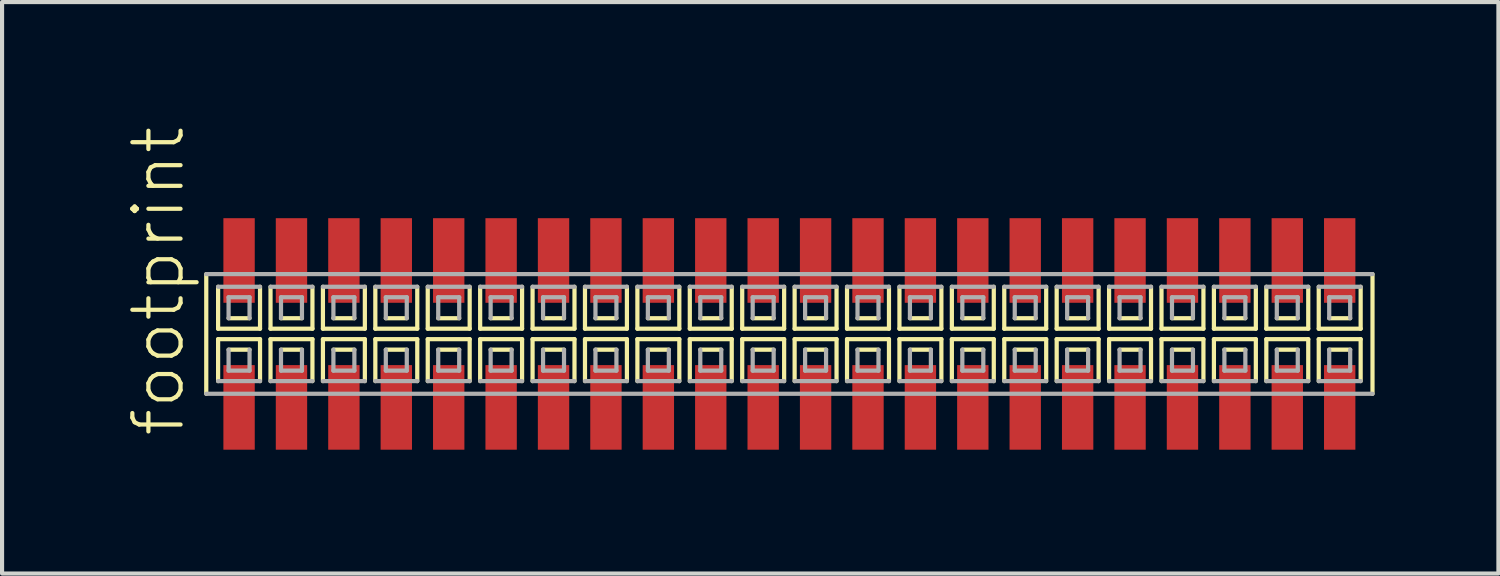
<source format=kicad_pcb>
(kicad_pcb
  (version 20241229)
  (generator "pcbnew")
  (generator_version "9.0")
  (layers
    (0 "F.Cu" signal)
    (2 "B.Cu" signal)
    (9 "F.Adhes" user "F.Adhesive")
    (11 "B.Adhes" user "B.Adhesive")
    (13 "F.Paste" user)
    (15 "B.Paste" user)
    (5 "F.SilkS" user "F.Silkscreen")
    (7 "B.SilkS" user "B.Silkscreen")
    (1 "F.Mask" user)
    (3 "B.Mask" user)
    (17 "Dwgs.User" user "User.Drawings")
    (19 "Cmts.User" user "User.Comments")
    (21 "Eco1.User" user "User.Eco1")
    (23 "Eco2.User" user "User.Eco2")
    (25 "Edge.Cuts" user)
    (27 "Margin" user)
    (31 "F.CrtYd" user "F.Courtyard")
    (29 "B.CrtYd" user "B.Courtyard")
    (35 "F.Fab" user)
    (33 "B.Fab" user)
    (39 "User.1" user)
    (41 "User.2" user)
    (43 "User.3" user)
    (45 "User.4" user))
  (footprint "footprint"
    (layer "F.Cu")
    (at 16.078 5.042)
    (property "Reference" "footprint" (at -14.605 2.54 90) (layer "F.SilkS") (effects (font (size 1.168 1.168) (thickness 0.102)) (justify left bottom)))
    (fp_line (start -14.13 -1.45) (end -14.13 1.45) (stroke (width 0.102) (type solid)) (layer "F.SilkS"))
    (fp_line (start -13.843 -1.143) (end -13.843 -0.127) (stroke (width 0.102) (type solid)) (layer "F.SilkS"))
    (fp_line (start -13.843 -0.127) (end -12.827 -0.127) (stroke (width 0.102) (type solid)) (layer "F.SilkS"))
    (fp_line (start -13.843 0.127) (end -13.843 1.143) (stroke (width 0.102) (type solid)) (layer "F.SilkS"))
    (fp_line (start -13.589 -0.381) (end -13.081 -0.381) (stroke (width 0.102) (type solid)) (layer "F.SilkS"))
    (fp_line (start -13.081 0.381) (end -13.589 0.381) (stroke (width 0.102) (type solid)) (layer "F.SilkS"))
    (fp_line (start -12.827 -0.127) (end -12.827 -1.143) (stroke (width 0.102) (type solid)) (layer "F.SilkS"))
    (fp_line (start -12.827 0.127) (end -13.843 0.127) (stroke (width 0.102) (type solid)) (layer "F.SilkS"))
    (fp_line (start -12.827 1.143) (end -12.827 0.127) (stroke (width 0.102) (type solid)) (layer "F.SilkS"))
    (fp_line (start -12.573 -1.143) (end -12.573 -0.127) (stroke (width 0.102) (type solid)) (layer "F.SilkS"))
    (fp_line (start -12.573 -0.127) (end -11.557 -0.127) (stroke (width 0.102) (type solid)) (layer "F.SilkS"))
    (fp_line (start -12.573 0.127) (end -12.573 1.143) (stroke (width 0.102) (type solid)) (layer "F.SilkS"))
    (fp_line (start -12.319 -0.381) (end -11.811 -0.381) (stroke (width 0.102) (type solid)) (layer "F.SilkS"))
    (fp_line (start -11.811 0.381) (end -12.319 0.381) (stroke (width 0.102) (type solid)) (layer "F.SilkS"))
    (fp_line (start -11.557 -0.127) (end -11.557 -1.143) (stroke (width 0.102) (type solid)) (layer "F.SilkS"))
    (fp_line (start -11.557 0.127) (end -12.573 0.127) (stroke (width 0.102) (type solid)) (layer "F.SilkS"))
    (fp_line (start -11.557 1.143) (end -11.557 0.127) (stroke (width 0.102) (type solid)) (layer "F.SilkS"))
    (fp_line (start -11.303 -1.143) (end -11.303 -0.127) (stroke (width 0.102) (type solid)) (layer "F.SilkS"))
    (fp_line (start -11.303 -0.127) (end -10.287 -0.127) (stroke (width 0.102) (type solid)) (layer "F.SilkS"))
    (fp_line (start -11.303 0.127) (end -11.303 1.143) (stroke (width 0.102) (type solid)) (layer "F.SilkS"))
    (fp_line (start -11.049 -0.381) (end -10.541 -0.381) (stroke (width 0.102) (type solid)) (layer "F.SilkS"))
    (fp_line (start -10.541 0.381) (end -11.049 0.381) (stroke (width 0.102) (type solid)) (layer "F.SilkS"))
    (fp_line (start -10.287 -0.127) (end -10.287 -1.143) (stroke (width 0.102) (type solid)) (layer "F.SilkS"))
    (fp_line (start -10.287 0.127) (end -11.303 0.127) (stroke (width 0.102) (type solid)) (layer "F.SilkS"))
    (fp_line (start -10.287 1.143) (end -10.287 0.127) (stroke (width 0.102) (type solid)) (layer "F.SilkS"))
    (fp_line (start -10.033 -1.143) (end -10.033 -0.127) (stroke (width 0.102) (type solid)) (layer "F.SilkS"))
    (fp_line (start -10.033 -0.127) (end -9.017 -0.127) (stroke (width 0.102) (type solid)) (layer "F.SilkS"))
    (fp_line (start -10.033 0.127) (end -10.033 1.143) (stroke (width 0.102) (type solid)) (layer "F.SilkS"))
    (fp_line (start -9.779 -0.381) (end -9.271 -0.381) (stroke (width 0.102) (type solid)) (layer "F.SilkS"))
    (fp_line (start -9.271 0.381) (end -9.779 0.381) (stroke (width 0.102) (type solid)) (layer "F.SilkS"))
    (fp_line (start -9.017 -0.127) (end -9.017 -1.143) (stroke (width 0.102) (type solid)) (layer "F.SilkS"))
    (fp_line (start -9.017 0.127) (end -10.033 0.127) (stroke (width 0.102) (type solid)) (layer "F.SilkS"))
    (fp_line (start -9.017 1.143) (end -9.017 0.127) (stroke (width 0.102) (type solid)) (layer "F.SilkS"))
    (fp_line (start -8.763 -1.143) (end -8.763 -0.127) (stroke (width 0.102) (type solid)) (layer "F.SilkS"))
    (fp_line (start -8.763 -0.127) (end -7.747 -0.127) (stroke (width 0.102) (type solid)) (layer "F.SilkS"))
    (fp_line (start -8.763 0.127) (end -8.763 1.143) (stroke (width 0.102) (type solid)) (layer "F.SilkS"))
    (fp_line (start -8.509 -0.381) (end -8.001 -0.381) (stroke (width 0.102) (type solid)) (layer "F.SilkS"))
    (fp_line (start -8.001 0.381) (end -8.509 0.381) (stroke (width 0.102) (type solid)) (layer "F.SilkS"))
    (fp_line (start -7.747 -0.127) (end -7.747 -1.143) (stroke (width 0.102) (type solid)) (layer "F.SilkS"))
    (fp_line (start -7.747 0.127) (end -8.763 0.127) (stroke (width 0.102) (type solid)) (layer "F.SilkS"))
    (fp_line (start -7.747 1.143) (end -7.747 0.127) (stroke (width 0.102) (type solid)) (layer "F.SilkS"))
    (fp_line (start -7.493 -1.143) (end -7.493 -0.127) (stroke (width 0.102) (type solid)) (layer "F.SilkS"))
    (fp_line (start -7.493 -0.127) (end -6.477 -0.127) (stroke (width 0.102) (type solid)) (layer "F.SilkS"))
    (fp_line (start -7.493 0.127) (end -7.493 1.143) (stroke (width 0.102) (type solid)) (layer "F.SilkS"))
    (fp_line (start -7.239 -0.381) (end -6.731 -0.381) (stroke (width 0.102) (type solid)) (layer "F.SilkS"))
    (fp_line (start -6.731 0.381) (end -7.239 0.381) (stroke (width 0.102) (type solid)) (layer "F.SilkS"))
    (fp_line (start -6.477 -0.127) (end -6.477 -1.143) (stroke (width 0.102) (type solid)) (layer "F.SilkS"))
    (fp_line (start -6.477 0.127) (end -7.493 0.127) (stroke (width 0.102) (type solid)) (layer "F.SilkS"))
    (fp_line (start -6.477 1.143) (end -6.477 0.127) (stroke (width 0.102) (type solid)) (layer "F.SilkS"))
    (fp_line (start -6.223 -1.143) (end -6.223 -0.127) (stroke (width 0.102) (type solid)) (layer "F.SilkS"))
    (fp_line (start -6.223 -0.127) (end -5.207 -0.127) (stroke (width 0.102) (type solid)) (layer "F.SilkS"))
    (fp_line (start -6.223 0.127) (end -6.223 1.143) (stroke (width 0.102) (type solid)) (layer "F.SilkS"))
    (fp_line (start -5.969 -0.381) (end -5.461 -0.381) (stroke (width 0.102) (type solid)) (layer "F.SilkS"))
    (fp_line (start -5.461 0.381) (end -5.969 0.381) (stroke (width 0.102) (type solid)) (layer "F.SilkS"))
    (fp_line (start -5.207 -0.127) (end -5.207 -1.143) (stroke (width 0.102) (type solid)) (layer "F.SilkS"))
    (fp_line (start -5.207 0.127) (end -6.223 0.127) (stroke (width 0.102) (type solid)) (layer "F.SilkS"))
    (fp_line (start -5.207 1.143) (end -5.207 0.127) (stroke (width 0.102) (type solid)) (layer "F.SilkS"))
    (fp_line (start -4.953 -1.143) (end -4.953 -0.127) (stroke (width 0.102) (type solid)) (layer "F.SilkS"))
    (fp_line (start -4.953 -0.127) (end -3.937 -0.127) (stroke (width 0.102) (type solid)) (layer "F.SilkS"))
    (fp_line (start -4.953 0.127) (end -4.953 1.143) (stroke (width 0.102) (type solid)) (layer "F.SilkS"))
    (fp_line (start -4.699 -0.381) (end -4.191 -0.381) (stroke (width 0.102) (type solid)) (layer "F.SilkS"))
    (fp_line (start -4.191 0.381) (end -4.699 0.381) (stroke (width 0.102) (type solid)) (layer "F.SilkS"))
    (fp_line (start -3.937 -0.127) (end -3.937 -1.143) (stroke (width 0.102) (type solid)) (layer "F.SilkS"))
    (fp_line (start -3.937 0.127) (end -4.953 0.127) (stroke (width 0.102) (type solid)) (layer "F.SilkS"))
    (fp_line (start -3.937 1.143) (end -3.937 0.127) (stroke (width 0.102) (type solid)) (layer "F.SilkS"))
    (fp_line (start -3.683 -1.143) (end -3.683 -0.127) (stroke (width 0.102) (type solid)) (layer "F.SilkS"))
    (fp_line (start -3.683 -0.127) (end -2.667 -0.127) (stroke (width 0.102) (type solid)) (layer "F.SilkS"))
    (fp_line (start -3.683 0.127) (end -3.683 1.143) (stroke (width 0.102) (type solid)) (layer "F.SilkS"))
    (fp_line (start -3.429 -0.381) (end -2.921 -0.381) (stroke (width 0.102) (type solid)) (layer "F.SilkS"))
    (fp_line (start -2.921 0.381) (end -3.429 0.381) (stroke (width 0.102) (type solid)) (layer "F.SilkS"))
    (fp_line (start -2.667 -0.127) (end -2.667 -1.143) (stroke (width 0.102) (type solid)) (layer "F.SilkS"))
    (fp_line (start -2.667 0.127) (end -3.683 0.127) (stroke (width 0.102) (type solid)) (layer "F.SilkS"))
    (fp_line (start -2.667 1.143) (end -2.667 0.127) (stroke (width 0.102) (type solid)) (layer "F.SilkS"))
    (fp_line (start -2.413 -1.143) (end -2.413 -0.127) (stroke (width 0.102) (type solid)) (layer "F.SilkS"))
    (fp_line (start -2.413 -0.127) (end -1.397 -0.127) (stroke (width 0.102) (type solid)) (layer "F.SilkS"))
    (fp_line (start -2.413 0.127) (end -2.413 1.143) (stroke (width 0.102) (type solid)) (layer "F.SilkS"))
    (fp_line (start -2.159 -0.381) (end -1.651 -0.381) (stroke (width 0.102) (type solid)) (layer "F.SilkS"))
    (fp_line (start -1.651 0.381) (end -2.159 0.381) (stroke (width 0.102) (type solid)) (layer "F.SilkS"))
    (fp_line (start -1.397 -0.127) (end -1.397 -1.143) (stroke (width 0.102) (type solid)) (layer "F.SilkS"))
    (fp_line (start -1.397 0.127) (end -2.413 0.127) (stroke (width 0.102) (type solid)) (layer "F.SilkS"))
    (fp_line (start -1.397 1.143) (end -1.397 0.127) (stroke (width 0.102) (type solid)) (layer "F.SilkS"))
    (fp_line (start -1.143 -1.143) (end -1.143 -0.127) (stroke (width 0.102) (type solid)) (layer "F.SilkS"))
    (fp_line (start -1.143 -0.127) (end -0.127 -0.127) (stroke (width 0.102) (type solid)) (layer "F.SilkS"))
    (fp_line (start -1.143 0.127) (end -1.143 1.143) (stroke (width 0.102) (type solid)) (layer "F.SilkS"))
    (fp_line (start -0.889 -0.381) (end -0.381 -0.381) (stroke (width 0.102) (type solid)) (layer "F.SilkS"))
    (fp_line (start -0.381 0.381) (end -0.889 0.381) (stroke (width 0.102) (type solid)) (layer "F.SilkS"))
    (fp_line (start -0.127 -0.127) (end -0.127 -1.143) (stroke (width 0.102) (type solid)) (layer "F.SilkS"))
    (fp_line (start -0.127 0.127) (end -1.143 0.127) (stroke (width 0.102) (type solid)) (layer "F.SilkS"))
    (fp_line (start -0.127 1.143) (end -0.127 0.127) (stroke (width 0.102) (type solid)) (layer "F.SilkS"))
    (fp_line (start 0.127 -1.143) (end 0.127 -0.127) (stroke (width 0.102) (type solid)) (layer "F.SilkS"))
    (fp_line (start 0.127 -0.127) (end 1.143 -0.127) (stroke (width 0.102) (type solid)) (layer "F.SilkS"))
    (fp_line (start 0.127 0.127) (end 0.127 1.143) (stroke (width 0.102) (type solid)) (layer "F.SilkS"))
    (fp_line (start 0.381 -0.381) (end 0.889 -0.381) (stroke (width 0.102) (type solid)) (layer "F.SilkS"))
    (fp_line (start 0.889 0.381) (end 0.381 0.381) (stroke (width 0.102) (type solid)) (layer "F.SilkS"))
    (fp_line (start 1.143 -0.127) (end 1.143 -1.143) (stroke (width 0.102) (type solid)) (layer "F.SilkS"))
    (fp_line (start 1.143 0.127) (end 0.127 0.127) (stroke (width 0.102) (type solid)) (layer "F.SilkS"))
    (fp_line (start 1.143 1.143) (end 1.143 0.127) (stroke (width 0.102) (type solid)) (layer "F.SilkS"))
    (fp_line (start 1.397 -1.143) (end 1.397 -0.127) (stroke (width 0.102) (type solid)) (layer "F.SilkS"))
    (fp_line (start 1.397 -0.127) (end 2.413 -0.127) (stroke (width 0.102) (type solid)) (layer "F.SilkS"))
    (fp_line (start 1.397 0.127) (end 1.397 1.143) (stroke (width 0.102) (type solid)) (layer "F.SilkS"))
    (fp_line (start 1.651 -0.381) (end 2.159 -0.381) (stroke (width 0.102) (type solid)) (layer "F.SilkS"))
    (fp_line (start 2.159 0.381) (end 1.651 0.381) (stroke (width 0.102) (type solid)) (layer "F.SilkS"))
    (fp_line (start 2.413 -0.127) (end 2.413 -1.143) (stroke (width 0.102) (type solid)) (layer "F.SilkS"))
    (fp_line (start 2.413 0.127) (end 1.397 0.127) (stroke (width 0.102) (type solid)) (layer "F.SilkS"))
    (fp_line (start 2.413 1.143) (end 2.413 0.127) (stroke (width 0.102) (type solid)) (layer "F.SilkS"))
    (fp_line (start 2.667 -1.143) (end 2.667 -0.127) (stroke (width 0.102) (type solid)) (layer "F.SilkS"))
    (fp_line (start 2.667 -0.127) (end 3.683 -0.127) (stroke (width 0.102) (type solid)) (layer "F.SilkS"))
    (fp_line (start 2.667 0.127) (end 2.667 1.143) (stroke (width 0.102) (type solid)) (layer "F.SilkS"))
    (fp_line (start 2.921 -0.381) (end 3.429 -0.381) (stroke (width 0.102) (type solid)) (layer "F.SilkS"))
    (fp_line (start 3.429 0.381) (end 2.921 0.381) (stroke (width 0.102) (type solid)) (layer "F.SilkS"))
    (fp_line (start 3.683 -0.127) (end 3.683 -1.143) (stroke (width 0.102) (type solid)) (layer "F.SilkS"))
    (fp_line (start 3.683 0.127) (end 2.667 0.127) (stroke (width 0.102) (type solid)) (layer "F.SilkS"))
    (fp_line (start 3.683 1.143) (end 3.683 0.127) (stroke (width 0.102) (type solid)) (layer "F.SilkS"))
    (fp_line (start 3.937 -1.143) (end 3.937 -0.127) (stroke (width 0.102) (type solid)) (layer "F.SilkS"))
    (fp_line (start 3.937 -0.127) (end 4.953 -0.127) (stroke (width 0.102) (type solid)) (layer "F.SilkS"))
    (fp_line (start 3.937 0.127) (end 3.937 1.143) (stroke (width 0.102) (type solid)) (layer "F.SilkS"))
    (fp_line (start 4.191 -0.381) (end 4.699 -0.381) (stroke (width 0.102) (type solid)) (layer "F.SilkS"))
    (fp_line (start 4.699 0.381) (end 4.191 0.381) (stroke (width 0.102) (type solid)) (layer "F.SilkS"))
    (fp_line (start 4.953 -0.127) (end 4.953 -1.143) (stroke (width 0.102) (type solid)) (layer "F.SilkS"))
    (fp_line (start 4.953 0.127) (end 3.937 0.127) (stroke (width 0.102) (type solid)) (layer "F.SilkS"))
    (fp_line (start 4.953 1.143) (end 4.953 0.127) (stroke (width 0.102) (type solid)) (layer "F.SilkS"))
    (fp_line (start 5.207 -1.143) (end 5.207 -0.127) (stroke (width 0.102) (type solid)) (layer "F.SilkS"))
    (fp_line (start 5.207 -0.127) (end 6.223 -0.127) (stroke (width 0.102) (type solid)) (layer "F.SilkS"))
    (fp_line (start 5.207 0.127) (end 5.207 1.143) (stroke (width 0.102) (type solid)) (layer "F.SilkS"))
    (fp_line (start 5.461 -0.381) (end 5.969 -0.381) (stroke (width 0.102) (type solid)) (layer "F.SilkS"))
    (fp_line (start 5.969 0.381) (end 5.461 0.381) (stroke (width 0.102) (type solid)) (layer "F.SilkS"))
    (fp_line (start 6.223 -0.127) (end 6.223 -1.143) (stroke (width 0.102) (type solid)) (layer "F.SilkS"))
    (fp_line (start 6.223 0.127) (end 5.207 0.127) (stroke (width 0.102) (type solid)) (layer "F.SilkS"))
    (fp_line (start 6.223 1.143) (end 6.223 0.127) (stroke (width 0.102) (type solid)) (layer "F.SilkS"))
    (fp_line (start 6.477 -1.143) (end 6.477 -0.127) (stroke (width 0.102) (type solid)) (layer "F.SilkS"))
    (fp_line (start 6.477 -0.127) (end 7.493 -0.127) (stroke (width 0.102) (type solid)) (layer "F.SilkS"))
    (fp_line (start 6.477 0.127) (end 6.477 1.143) (stroke (width 0.102) (type solid)) (layer "F.SilkS"))
    (fp_line (start 6.731 -0.381) (end 7.239 -0.381) (stroke (width 0.102) (type solid)) (layer "F.SilkS"))
    (fp_line (start 7.239 0.381) (end 6.731 0.381) (stroke (width 0.102) (type solid)) (layer "F.SilkS"))
    (fp_line (start 7.493 -0.127) (end 7.493 -1.143) (stroke (width 0.102) (type solid)) (layer "F.SilkS"))
    (fp_line (start 7.493 0.127) (end 6.477 0.127) (stroke (width 0.102) (type solid)) (layer "F.SilkS"))
    (fp_line (start 7.493 1.143) (end 7.493 0.127) (stroke (width 0.102) (type solid)) (layer "F.SilkS"))
    (fp_line (start 7.747 -1.143) (end 7.747 -0.127) (stroke (width 0.102) (type solid)) (layer "F.SilkS"))
    (fp_line (start 7.747 -0.127) (end 8.763 -0.127) (stroke (width 0.102) (type solid)) (layer "F.SilkS"))
    (fp_line (start 7.747 0.127) (end 7.747 1.143) (stroke (width 0.102) (type solid)) (layer "F.SilkS"))
    (fp_line (start 8.001 -0.381) (end 8.509 -0.381) (stroke (width 0.102) (type solid)) (layer "F.SilkS"))
    (fp_line (start 8.509 0.381) (end 8.001 0.381) (stroke (width 0.102) (type solid)) (layer "F.SilkS"))
    (fp_line (start 8.763 -0.127) (end 8.763 -1.143) (stroke (width 0.102) (type solid)) (layer "F.SilkS"))
    (fp_line (start 8.763 0.127) (end 7.747 0.127) (stroke (width 0.102) (type solid)) (layer "F.SilkS"))
    (fp_line (start 8.763 1.143) (end 8.763 0.127) (stroke (width 0.102) (type solid)) (layer "F.SilkS"))
    (fp_line (start 9.017 -1.143) (end 9.017 -0.127) (stroke (width 0.102) (type solid)) (layer "F.SilkS"))
    (fp_line (start 9.017 -0.127) (end 10.033 -0.127) (stroke (width 0.102) (type solid)) (layer "F.SilkS"))
    (fp_line (start 9.017 0.127) (end 9.017 1.143) (stroke (width 0.102) (type solid)) (layer "F.SilkS"))
    (fp_line (start 9.271 -0.381) (end 9.779 -0.381) (stroke (width 0.102) (type solid)) (layer "F.SilkS"))
    (fp_line (start 9.779 0.381) (end 9.271 0.381) (stroke (width 0.102) (type solid)) (layer "F.SilkS"))
    (fp_line (start 10.033 -0.127) (end 10.033 -1.143) (stroke (width 0.102) (type solid)) (layer "F.SilkS"))
    (fp_line (start 10.033 0.127) (end 9.017 0.127) (stroke (width 0.102) (type solid)) (layer "F.SilkS"))
    (fp_line (start 10.033 1.143) (end 10.033 0.127) (stroke (width 0.102) (type solid)) (layer "F.SilkS"))
    (fp_line (start 10.287 -1.143) (end 10.287 -0.127) (stroke (width 0.102) (type solid)) (layer "F.SilkS"))
    (fp_line (start 10.287 -0.127) (end 11.303 -0.127) (stroke (width 0.102) (type solid)) (layer "F.SilkS"))
    (fp_line (start 10.287 0.127) (end 10.287 1.143) (stroke (width 0.102) (type solid)) (layer "F.SilkS"))
    (fp_line (start 10.541 -0.381) (end 11.049 -0.381) (stroke (width 0.102) (type solid)) (layer "F.SilkS"))
    (fp_line (start 11.049 0.381) (end 10.541 0.381) (stroke (width 0.102) (type solid)) (layer "F.SilkS"))
    (fp_line (start 11.303 -0.127) (end 11.303 -1.143) (stroke (width 0.102) (type solid)) (layer "F.SilkS"))
    (fp_line (start 11.303 0.127) (end 10.287 0.127) (stroke (width 0.102) (type solid)) (layer "F.SilkS"))
    (fp_line (start 11.303 1.143) (end 11.303 0.127) (stroke (width 0.102) (type solid)) (layer "F.SilkS"))
    (fp_line (start 11.557 -1.143) (end 11.557 -0.127) (stroke (width 0.102) (type solid)) (layer "F.SilkS"))
    (fp_line (start 11.557 -0.127) (end 12.573 -0.127) (stroke (width 0.102) (type solid)) (layer "F.SilkS"))
    (fp_line (start 11.557 0.127) (end 11.557 1.143) (stroke (width 0.102) (type solid)) (layer "F.SilkS"))
    (fp_line (start 11.811 -0.381) (end 12.319 -0.381) (stroke (width 0.102) (type solid)) (layer "F.SilkS"))
    (fp_line (start 12.319 0.381) (end 11.811 0.381) (stroke (width 0.102) (type solid)) (layer "F.SilkS"))
    (fp_line (start 12.573 -0.127) (end 12.573 -1.143) (stroke (width 0.102) (type solid)) (layer "F.SilkS"))
    (fp_line (start 12.573 0.127) (end 11.557 0.127) (stroke (width 0.102) (type solid)) (layer "F.SilkS"))
    (fp_line (start 12.573 1.143) (end 12.573 0.127) (stroke (width 0.102) (type solid)) (layer "F.SilkS"))
    (fp_line (start 12.827 -1.143) (end 12.827 -0.127) (stroke (width 0.102) (type solid)) (layer "F.SilkS"))
    (fp_line (start 12.827 -0.127) (end 13.843 -0.127) (stroke (width 0.102) (type solid)) (layer "F.SilkS"))
    (fp_line (start 12.827 0.127) (end 12.827 1.143) (stroke (width 0.102) (type solid)) (layer "F.SilkS"))
    (fp_line (start 13.081 -0.381) (end 13.589 -0.381) (stroke (width 0.102) (type solid)) (layer "F.SilkS"))
    (fp_line (start 13.589 0.381) (end 13.081 0.381) (stroke (width 0.102) (type solid)) (layer "F.SilkS"))
    (fp_line (start 13.843 -0.127) (end 13.843 -1.143) (stroke (width 0.102) (type solid)) (layer "F.SilkS"))
    (fp_line (start 13.843 0.127) (end 12.827 0.127) (stroke (width 0.102) (type solid)) (layer "F.SilkS"))
    (fp_line (start 13.843 1.143) (end 13.843 0.127) (stroke (width 0.102) (type solid)) (layer "F.SilkS"))
    (fp_line (start 14.13 1.45) (end 14.13 -1.45) (stroke (width 0.102) (type solid)) (layer "F.SilkS"))
    (fp_line (start -14.13 1.45) (end 14.13 1.45) (stroke (width 0.102) (type solid)) (layer "F.Fab"))
    (fp_line (start -13.843 1.143) (end -12.827 1.143) (stroke (width 0.102) (type solid)) (layer "F.Fab"))
    (fp_line (start -13.589 -0.889) (end -13.589 -0.381) (stroke (width 0.102) (type solid)) (layer "F.Fab"))
    (fp_line (start -13.589 0.381) (end -13.589 0.889) (stroke (width 0.102) (type solid)) (layer "F.Fab"))
    (fp_line (start -13.589 0.889) (end -13.081 0.889) (stroke (width 0.102) (type solid)) (layer "F.Fab"))
    (fp_line (start -13.081 -0.889) (end -13.589 -0.889) (stroke (width 0.102) (type solid)) (layer "F.Fab"))
    (fp_line (start -13.081 -0.381) (end -13.081 -0.889) (stroke (width 0.102) (type solid)) (layer "F.Fab"))
    (fp_line (start -13.081 0.889) (end -13.081 0.381) (stroke (width 0.102) (type solid)) (layer "F.Fab"))
    (fp_line (start -12.827 -1.143) (end -13.843 -1.143) (stroke (width 0.102) (type solid)) (layer "F.Fab"))
    (fp_line (start -12.573 1.143) (end -11.557 1.143) (stroke (width 0.102) (type solid)) (layer "F.Fab"))
    (fp_line (start -12.319 -0.889) (end -12.319 -0.381) (stroke (width 0.102) (type solid)) (layer "F.Fab"))
    (fp_line (start -12.319 0.381) (end -12.319 0.889) (stroke (width 0.102) (type solid)) (layer "F.Fab"))
    (fp_line (start -12.319 0.889) (end -11.811 0.889) (stroke (width 0.102) (type solid)) (layer "F.Fab"))
    (fp_line (start -11.811 -0.889) (end -12.319 -0.889) (stroke (width 0.102) (type solid)) (layer "F.Fab"))
    (fp_line (start -11.811 -0.381) (end -11.811 -0.889) (stroke (width 0.102) (type solid)) (layer "F.Fab"))
    (fp_line (start -11.811 0.889) (end -11.811 0.381) (stroke (width 0.102) (type solid)) (layer "F.Fab"))
    (fp_line (start -11.557 -1.143) (end -12.573 -1.143) (stroke (width 0.102) (type solid)) (layer "F.Fab"))
    (fp_line (start -11.303 1.143) (end -10.287 1.143) (stroke (width 0.102) (type solid)) (layer "F.Fab"))
    (fp_line (start -11.049 -0.889) (end -11.049 -0.381) (stroke (width 0.102) (type solid)) (layer "F.Fab"))
    (fp_line (start -11.049 0.381) (end -11.049 0.889) (stroke (width 0.102) (type solid)) (layer "F.Fab"))
    (fp_line (start -11.049 0.889) (end -10.541 0.889) (stroke (width 0.102) (type solid)) (layer "F.Fab"))
    (fp_line (start -10.541 -0.889) (end -11.049 -0.889) (stroke (width 0.102) (type solid)) (layer "F.Fab"))
    (fp_line (start -10.541 -0.381) (end -10.541 -0.889) (stroke (width 0.102) (type solid)) (layer "F.Fab"))
    (fp_line (start -10.541 0.889) (end -10.541 0.381) (stroke (width 0.102) (type solid)) (layer "F.Fab"))
    (fp_line (start -10.287 -1.143) (end -11.303 -1.143) (stroke (width 0.102) (type solid)) (layer "F.Fab"))
    (fp_line (start -10.033 1.143) (end -9.017 1.143) (stroke (width 0.102) (type solid)) (layer "F.Fab"))
    (fp_line (start -9.779 -0.889) (end -9.779 -0.381) (stroke (width 0.102) (type solid)) (layer "F.Fab"))
    (fp_line (start -9.779 0.381) (end -9.779 0.889) (stroke (width 0.102) (type solid)) (layer "F.Fab"))
    (fp_line (start -9.779 0.889) (end -9.271 0.889) (stroke (width 0.102) (type solid)) (layer "F.Fab"))
    (fp_line (start -9.271 -0.889) (end -9.779 -0.889) (stroke (width 0.102) (type solid)) (layer "F.Fab"))
    (fp_line (start -9.271 -0.381) (end -9.271 -0.889) (stroke (width 0.102) (type solid)) (layer "F.Fab"))
    (fp_line (start -9.271 0.889) (end -9.271 0.381) (stroke (width 0.102) (type solid)) (layer "F.Fab"))
    (fp_line (start -9.017 -1.143) (end -10.033 -1.143) (stroke (width 0.102) (type solid)) (layer "F.Fab"))
    (fp_line (start -8.763 1.143) (end -7.747 1.143) (stroke (width 0.102) (type solid)) (layer "F.Fab"))
    (fp_line (start -8.509 -0.889) (end -8.509 -0.381) (stroke (width 0.102) (type solid)) (layer "F.Fab"))
    (fp_line (start -8.509 0.381) (end -8.509 0.889) (stroke (width 0.102) (type solid)) (layer "F.Fab"))
    (fp_line (start -8.509 0.889) (end -8.001 0.889) (stroke (width 0.102) (type solid)) (layer "F.Fab"))
    (fp_line (start -8.001 -0.889) (end -8.509 -0.889) (stroke (width 0.102) (type solid)) (layer "F.Fab"))
    (fp_line (start -8.001 -0.381) (end -8.001 -0.889) (stroke (width 0.102) (type solid)) (layer "F.Fab"))
    (fp_line (start -8.001 0.889) (end -8.001 0.381) (stroke (width 0.102) (type solid)) (layer "F.Fab"))
    (fp_line (start -7.747 -1.143) (end -8.763 -1.143) (stroke (width 0.102) (type solid)) (layer "F.Fab"))
    (fp_line (start -7.493 1.143) (end -6.477 1.143) (stroke (width 0.102) (type solid)) (layer "F.Fab"))
    (fp_line (start -7.239 -0.889) (end -7.239 -0.381) (stroke (width 0.102) (type solid)) (layer "F.Fab"))
    (fp_line (start -7.239 0.381) (end -7.239 0.889) (stroke (width 0.102) (type solid)) (layer "F.Fab"))
    (fp_line (start -7.239 0.889) (end -6.731 0.889) (stroke (width 0.102) (type solid)) (layer "F.Fab"))
    (fp_line (start -6.731 -0.889) (end -7.239 -0.889) (stroke (width 0.102) (type solid)) (layer "F.Fab"))
    (fp_line (start -6.731 -0.381) (end -6.731 -0.889) (stroke (width 0.102) (type solid)) (layer "F.Fab"))
    (fp_line (start -6.731 0.889) (end -6.731 0.381) (stroke (width 0.102) (type solid)) (layer "F.Fab"))
    (fp_line (start -6.477 -1.143) (end -7.493 -1.143) (stroke (width 0.102) (type solid)) (layer "F.Fab"))
    (fp_line (start -6.223 1.143) (end -5.207 1.143) (stroke (width 0.102) (type solid)) (layer "F.Fab"))
    (fp_line (start -5.969 -0.889) (end -5.969 -0.381) (stroke (width 0.102) (type solid)) (layer "F.Fab"))
    (fp_line (start -5.969 0.381) (end -5.969 0.889) (stroke (width 0.102) (type solid)) (layer "F.Fab"))
    (fp_line (start -5.969 0.889) (end -5.461 0.889) (stroke (width 0.102) (type solid)) (layer "F.Fab"))
    (fp_line (start -5.461 -0.889) (end -5.969 -0.889) (stroke (width 0.102) (type solid)) (layer "F.Fab"))
    (fp_line (start -5.461 -0.381) (end -5.461 -0.889) (stroke (width 0.102) (type solid)) (layer "F.Fab"))
    (fp_line (start -5.461 0.889) (end -5.461 0.381) (stroke (width 0.102) (type solid)) (layer "F.Fab"))
    (fp_line (start -5.207 -1.143) (end -6.223 -1.143) (stroke (width 0.102) (type solid)) (layer "F.Fab"))
    (fp_line (start -4.953 1.143) (end -3.937 1.143) (stroke (width 0.102) (type solid)) (layer "F.Fab"))
    (fp_line (start -4.699 -0.889) (end -4.699 -0.381) (stroke (width 0.102) (type solid)) (layer "F.Fab"))
    (fp_line (start -4.699 0.381) (end -4.699 0.889) (stroke (width 0.102) (type solid)) (layer "F.Fab"))
    (fp_line (start -4.699 0.889) (end -4.191 0.889) (stroke (width 0.102) (type solid)) (layer "F.Fab"))
    (fp_line (start -4.191 -0.889) (end -4.699 -0.889) (stroke (width 0.102) (type solid)) (layer "F.Fab"))
    (fp_line (start -4.191 -0.381) (end -4.191 -0.889) (stroke (width 0.102) (type solid)) (layer "F.Fab"))
    (fp_line (start -4.191 0.889) (end -4.191 0.381) (stroke (width 0.102) (type solid)) (layer "F.Fab"))
    (fp_line (start -3.937 -1.143) (end -4.953 -1.143) (stroke (width 0.102) (type solid)) (layer "F.Fab"))
    (fp_line (start -3.683 1.143) (end -2.667 1.143) (stroke (width 0.102) (type solid)) (layer "F.Fab"))
    (fp_line (start -3.429 -0.889) (end -3.429 -0.381) (stroke (width 0.102) (type solid)) (layer "F.Fab"))
    (fp_line (start -3.429 0.381) (end -3.429 0.889) (stroke (width 0.102) (type solid)) (layer "F.Fab"))
    (fp_line (start -3.429 0.889) (end -2.921 0.889) (stroke (width 0.102) (type solid)) (layer "F.Fab"))
    (fp_line (start -2.921 -0.889) (end -3.429 -0.889) (stroke (width 0.102) (type solid)) (layer "F.Fab"))
    (fp_line (start -2.921 -0.381) (end -2.921 -0.889) (stroke (width 0.102) (type solid)) (layer "F.Fab"))
    (fp_line (start -2.921 0.889) (end -2.921 0.381) (stroke (width 0.102) (type solid)) (layer "F.Fab"))
    (fp_line (start -2.667 -1.143) (end -3.683 -1.143) (stroke (width 0.102) (type solid)) (layer "F.Fab"))
    (fp_line (start -2.413 1.143) (end -1.397 1.143) (stroke (width 0.102) (type solid)) (layer "F.Fab"))
    (fp_line (start -2.159 -0.889) (end -2.159 -0.381) (stroke (width 0.102) (type solid)) (layer "F.Fab"))
    (fp_line (start -2.159 0.381) (end -2.159 0.889) (stroke (width 0.102) (type solid)) (layer "F.Fab"))
    (fp_line (start -2.159 0.889) (end -1.651 0.889) (stroke (width 0.102) (type solid)) (layer "F.Fab"))
    (fp_line (start -1.651 -0.889) (end -2.159 -0.889) (stroke (width 0.102) (type solid)) (layer "F.Fab"))
    (fp_line (start -1.651 -0.381) (end -1.651 -0.889) (stroke (width 0.102) (type solid)) (layer "F.Fab"))
    (fp_line (start -1.651 0.889) (end -1.651 0.381) (stroke (width 0.102) (type solid)) (layer "F.Fab"))
    (fp_line (start -1.397 -1.143) (end -2.413 -1.143) (stroke (width 0.102) (type solid)) (layer "F.Fab"))
    (fp_line (start -1.143 1.143) (end -0.127 1.143) (stroke (width 0.102) (type solid)) (layer "F.Fab"))
    (fp_line (start -0.889 -0.889) (end -0.889 -0.381) (stroke (width 0.102) (type solid)) (layer "F.Fab"))
    (fp_line (start -0.889 0.381) (end -0.889 0.889) (stroke (width 0.102) (type solid)) (layer "F.Fab"))
    (fp_line (start -0.889 0.889) (end -0.381 0.889) (stroke (width 0.102) (type solid)) (layer "F.Fab"))
    (fp_line (start -0.381 -0.889) (end -0.889 -0.889) (stroke (width 0.102) (type solid)) (layer "F.Fab"))
    (fp_line (start -0.381 -0.381) (end -0.381 -0.889) (stroke (width 0.102) (type solid)) (layer "F.Fab"))
    (fp_line (start -0.381 0.889) (end -0.381 0.381) (stroke (width 0.102) (type solid)) (layer "F.Fab"))
    (fp_line (start -0.127 -1.143) (end -1.143 -1.143) (stroke (width 0.102) (type solid)) (layer "F.Fab"))
    (fp_line (start 0.127 1.143) (end 1.143 1.143) (stroke (width 0.102) (type solid)) (layer "F.Fab"))
    (fp_line (start 0.381 -0.889) (end 0.381 -0.381) (stroke (width 0.102) (type solid)) (layer "F.Fab"))
    (fp_line (start 0.381 0.381) (end 0.381 0.889) (stroke (width 0.102) (type solid)) (layer "F.Fab"))
    (fp_line (start 0.381 0.889) (end 0.889 0.889) (stroke (width 0.102) (type solid)) (layer "F.Fab"))
    (fp_line (start 0.889 -0.889) (end 0.381 -0.889) (stroke (width 0.102) (type solid)) (layer "F.Fab"))
    (fp_line (start 0.889 -0.381) (end 0.889 -0.889) (stroke (width 0.102) (type solid)) (layer "F.Fab"))
    (fp_line (start 0.889 0.889) (end 0.889 0.381) (stroke (width 0.102) (type solid)) (layer "F.Fab"))
    (fp_line (start 1.143 -1.143) (end 0.127 -1.143) (stroke (width 0.102) (type solid)) (layer "F.Fab"))
    (fp_line (start 1.397 1.143) (end 2.413 1.143) (stroke (width 0.102) (type solid)) (layer "F.Fab"))
    (fp_line (start 1.651 -0.889) (end 1.651 -0.381) (stroke (width 0.102) (type solid)) (layer "F.Fab"))
    (fp_line (start 1.651 0.381) (end 1.651 0.889) (stroke (width 0.102) (type solid)) (layer "F.Fab"))
    (fp_line (start 1.651 0.889) (end 2.159 0.889) (stroke (width 0.102) (type solid)) (layer "F.Fab"))
    (fp_line (start 2.159 -0.889) (end 1.651 -0.889) (stroke (width 0.102) (type solid)) (layer "F.Fab"))
    (fp_line (start 2.159 -0.381) (end 2.159 -0.889) (stroke (width 0.102) (type solid)) (layer "F.Fab"))
    (fp_line (start 2.159 0.889) (end 2.159 0.381) (stroke (width 0.102) (type solid)) (layer "F.Fab"))
    (fp_line (start 2.413 -1.143) (end 1.397 -1.143) (stroke (width 0.102) (type solid)) (layer "F.Fab"))
    (fp_line (start 2.667 1.143) (end 3.683 1.143) (stroke (width 0.102) (type solid)) (layer "F.Fab"))
    (fp_line (start 2.921 -0.889) (end 2.921 -0.381) (stroke (width 0.102) (type solid)) (layer "F.Fab"))
    (fp_line (start 2.921 0.381) (end 2.921 0.889) (stroke (width 0.102) (type solid)) (layer "F.Fab"))
    (fp_line (start 2.921 0.889) (end 3.429 0.889) (stroke (width 0.102) (type solid)) (layer "F.Fab"))
    (fp_line (start 3.429 -0.889) (end 2.921 -0.889) (stroke (width 0.102) (type solid)) (layer "F.Fab"))
    (fp_line (start 3.429 -0.381) (end 3.429 -0.889) (stroke (width 0.102) (type solid)) (layer "F.Fab"))
    (fp_line (start 3.429 0.889) (end 3.429 0.381) (stroke (width 0.102) (type solid)) (layer "F.Fab"))
    (fp_line (start 3.683 -1.143) (end 2.667 -1.143) (stroke (width 0.102) (type solid)) (layer "F.Fab"))
    (fp_line (start 3.937 1.143) (end 4.953 1.143) (stroke (width 0.102) (type solid)) (layer "F.Fab"))
    (fp_line (start 4.191 -0.889) (end 4.191 -0.381) (stroke (width 0.102) (type solid)) (layer "F.Fab"))
    (fp_line (start 4.191 0.381) (end 4.191 0.889) (stroke (width 0.102) (type solid)) (layer "F.Fab"))
    (fp_line (start 4.191 0.889) (end 4.699 0.889) (stroke (width 0.102) (type solid)) (layer "F.Fab"))
    (fp_line (start 4.699 -0.889) (end 4.191 -0.889) (stroke (width 0.102) (type solid)) (layer "F.Fab"))
    (fp_line (start 4.699 -0.381) (end 4.699 -0.889) (stroke (width 0.102) (type solid)) (layer "F.Fab"))
    (fp_line (start 4.699 0.889) (end 4.699 0.381) (stroke (width 0.102) (type solid)) (layer "F.Fab"))
    (fp_line (start 4.953 -1.143) (end 3.937 -1.143) (stroke (width 0.102) (type solid)) (layer "F.Fab"))
    (fp_line (start 5.207 1.143) (end 6.223 1.143) (stroke (width 0.102) (type solid)) (layer "F.Fab"))
    (fp_line (start 5.461 -0.889) (end 5.461 -0.381) (stroke (width 0.102) (type solid)) (layer "F.Fab"))
    (fp_line (start 5.461 0.381) (end 5.461 0.889) (stroke (width 0.102) (type solid)) (layer "F.Fab"))
    (fp_line (start 5.461 0.889) (end 5.969 0.889) (stroke (width 0.102) (type solid)) (layer "F.Fab"))
    (fp_line (start 5.969 -0.889) (end 5.461 -0.889) (stroke (width 0.102) (type solid)) (layer "F.Fab"))
    (fp_line (start 5.969 -0.381) (end 5.969 -0.889) (stroke (width 0.102) (type solid)) (layer "F.Fab"))
    (fp_line (start 5.969 0.889) (end 5.969 0.381) (stroke (width 0.102) (type solid)) (layer "F.Fab"))
    (fp_line (start 6.223 -1.143) (end 5.207 -1.143) (stroke (width 0.102) (type solid)) (layer "F.Fab"))
    (fp_line (start 6.477 1.143) (end 7.493 1.143) (stroke (width 0.102) (type solid)) (layer "F.Fab"))
    (fp_line (start 6.731 -0.889) (end 6.731 -0.381) (stroke (width 0.102) (type solid)) (layer "F.Fab"))
    (fp_line (start 6.731 0.381) (end 6.731 0.889) (stroke (width 0.102) (type solid)) (layer "F.Fab"))
    (fp_line (start 6.731 0.889) (end 7.239 0.889) (stroke (width 0.102) (type solid)) (layer "F.Fab"))
    (fp_line (start 7.239 -0.889) (end 6.731 -0.889) (stroke (width 0.102) (type solid)) (layer "F.Fab"))
    (fp_line (start 7.239 -0.381) (end 7.239 -0.889) (stroke (width 0.102) (type solid)) (layer "F.Fab"))
    (fp_line (start 7.239 0.889) (end 7.239 0.381) (stroke (width 0.102) (type solid)) (layer "F.Fab"))
    (fp_line (start 7.493 -1.143) (end 6.477 -1.143) (stroke (width 0.102) (type solid)) (layer "F.Fab"))
    (fp_line (start 7.747 1.143) (end 8.763 1.143) (stroke (width 0.102) (type solid)) (layer "F.Fab"))
    (fp_line (start 8.001 -0.889) (end 8.001 -0.381) (stroke (width 0.102) (type solid)) (layer "F.Fab"))
    (fp_line (start 8.001 0.381) (end 8.001 0.889) (stroke (width 0.102) (type solid)) (layer "F.Fab"))
    (fp_line (start 8.001 0.889) (end 8.509 0.889) (stroke (width 0.102) (type solid)) (layer "F.Fab"))
    (fp_line (start 8.509 -0.889) (end 8.001 -0.889) (stroke (width 0.102) (type solid)) (layer "F.Fab"))
    (fp_line (start 8.509 -0.381) (end 8.509 -0.889) (stroke (width 0.102) (type solid)) (layer "F.Fab"))
    (fp_line (start 8.509 0.889) (end 8.509 0.381) (stroke (width 0.102) (type solid)) (layer "F.Fab"))
    (fp_line (start 8.763 -1.143) (end 7.747 -1.143) (stroke (width 0.102) (type solid)) (layer "F.Fab"))
    (fp_line (start 9.017 1.143) (end 10.033 1.143) (stroke (width 0.102) (type solid)) (layer "F.Fab"))
    (fp_line (start 9.271 -0.889) (end 9.271 -0.381) (stroke (width 0.102) (type solid)) (layer "F.Fab"))
    (fp_line (start 9.271 0.381) (end 9.271 0.889) (stroke (width 0.102) (type solid)) (layer "F.Fab"))
    (fp_line (start 9.271 0.889) (end 9.779 0.889) (stroke (width 0.102) (type solid)) (layer "F.Fab"))
    (fp_line (start 9.779 -0.889) (end 9.271 -0.889) (stroke (width 0.102) (type solid)) (layer "F.Fab"))
    (fp_line (start 9.779 -0.381) (end 9.779 -0.889) (stroke (width 0.102) (type solid)) (layer "F.Fab"))
    (fp_line (start 9.779 0.889) (end 9.779 0.381) (stroke (width 0.102) (type solid)) (layer "F.Fab"))
    (fp_line (start 10.033 -1.143) (end 9.017 -1.143) (stroke (width 0.102) (type solid)) (layer "F.Fab"))
    (fp_line (start 10.287 1.143) (end 11.303 1.143) (stroke (width 0.102) (type solid)) (layer "F.Fab"))
    (fp_line (start 10.541 -0.889) (end 10.541 -0.381) (stroke (width 0.102) (type solid)) (layer "F.Fab"))
    (fp_line (start 10.541 0.381) (end 10.541 0.889) (stroke (width 0.102) (type solid)) (layer "F.Fab"))
    (fp_line (start 10.541 0.889) (end 11.049 0.889) (stroke (width 0.102) (type solid)) (layer "F.Fab"))
    (fp_line (start 11.049 -0.889) (end 10.541 -0.889) (stroke (width 0.102) (type solid)) (layer "F.Fab"))
    (fp_line (start 11.049 -0.381) (end 11.049 -0.889) (stroke (width 0.102) (type solid)) (layer "F.Fab"))
    (fp_line (start 11.049 0.889) (end 11.049 0.381) (stroke (width 0.102) (type solid)) (layer "F.Fab"))
    (fp_line (start 11.303 -1.143) (end 10.287 -1.143) (stroke (width 0.102) (type solid)) (layer "F.Fab"))
    (fp_line (start 11.557 1.143) (end 12.573 1.143) (stroke (width 0.102) (type solid)) (layer "F.Fab"))
    (fp_line (start 11.811 -0.889) (end 11.811 -0.381) (stroke (width 0.102) (type solid)) (layer "F.Fab"))
    (fp_line (start 11.811 0.381) (end 11.811 0.889) (stroke (width 0.102) (type solid)) (layer "F.Fab"))
    (fp_line (start 11.811 0.889) (end 12.319 0.889) (stroke (width 0.102) (type solid)) (layer "F.Fab"))
    (fp_line (start 12.319 -0.889) (end 11.811 -0.889) (stroke (width 0.102) (type solid)) (layer "F.Fab"))
    (fp_line (start 12.319 -0.381) (end 12.319 -0.889) (stroke (width 0.102) (type solid)) (layer "F.Fab"))
    (fp_line (start 12.319 0.889) (end 12.319 0.381) (stroke (width 0.102) (type solid)) (layer "F.Fab"))
    (fp_line (start 12.573 -1.143) (end 11.557 -1.143) (stroke (width 0.102) (type solid)) (layer "F.Fab"))
    (fp_line (start 12.827 1.143) (end 13.843 1.143) (stroke (width 0.102) (type solid)) (layer "F.Fab"))
    (fp_line (start 13.081 -0.889) (end 13.081 -0.381) (stroke (width 0.102) (type solid)) (layer "F.Fab"))
    (fp_line (start 13.081 0.381) (end 13.081 0.889) (stroke (width 0.102) (type solid)) (layer "F.Fab"))
    (fp_line (start 13.081 0.889) (end 13.589 0.889) (stroke (width 0.102) (type solid)) (layer "F.Fab"))
    (fp_line (start 13.589 -0.889) (end 13.081 -0.889) (stroke (width 0.102) (type solid)) (layer "F.Fab"))
    (fp_line (start 13.589 -0.381) (end 13.589 -0.889) (stroke (width 0.102) (type solid)) (layer "F.Fab"))
    (fp_line (start 13.589 0.889) (end 13.589 0.381) (stroke (width 0.102) (type solid)) (layer "F.Fab"))
    (fp_line (start 13.843 -1.143) (end 12.827 -1.143) (stroke (width 0.102) (type solid)) (layer "F.Fab"))
    (fp_line (start 14.13 -1.45) (end -14.13 -1.45) (stroke (width 0.102) (type solid)) (layer "F.Fab"))
    (pad "1" smd rect (at -13.335 1.78) (size 0.76 2.05) (layers "F.Cu" "F.Mask" "F.Paste"))
    (pad "2" smd rect (at -13.335 -1.78) (size 0.76 2.05) (layers "F.Cu" "F.Mask" "F.Paste"))
    (pad "3" smd rect (at -12.065 1.78) (size 0.76 2.05) (layers "F.Cu" "F.Mask" "F.Paste"))
    (pad "4" smd rect (at -12.065 -1.78) (size 0.76 2.05) (layers "F.Cu" "F.Mask" "F.Paste"))
    (pad "5" smd rect (at -10.795 1.78) (size 0.76 2.05) (layers "F.Cu" "F.Mask" "F.Paste"))
    (pad "6" smd rect (at -10.795 -1.78) (size 0.76 2.05) (layers "F.Cu" "F.Mask" "F.Paste"))
    (pad "7" smd rect (at -9.525 1.78) (size 0.76 2.05) (layers "F.Cu" "F.Mask" "F.Paste"))
    (pad "8" smd rect (at -9.525 -1.78) (size 0.76 2.05) (layers "F.Cu" "F.Mask" "F.Paste"))
    (pad "9" smd rect (at -8.255 1.78) (size 0.76 2.05) (layers "F.Cu" "F.Mask" "F.Paste"))
    (pad "10" smd rect (at -8.255 -1.78) (size 0.76 2.05) (layers "F.Cu" "F.Mask" "F.Paste"))
    (pad "11" smd rect (at -6.985 1.78) (size 0.76 2.05) (layers "F.Cu" "F.Mask" "F.Paste"))
    (pad "12" smd rect (at -6.985 -1.78) (size 0.76 2.05) (layers "F.Cu" "F.Mask" "F.Paste"))
    (pad "13" smd rect (at -5.715 1.78) (size 0.76 2.05) (layers "F.Cu" "F.Mask" "F.Paste"))
    (pad "14" smd rect (at -5.715 -1.78) (size 0.76 2.05) (layers "F.Cu" "F.Mask" "F.Paste"))
    (pad "15" smd rect (at -4.445 1.78) (size 0.76 2.05) (layers "F.Cu" "F.Mask" "F.Paste"))
    (pad "16" smd rect (at -4.445 -1.78) (size 0.76 2.05) (layers "F.Cu" "F.Mask" "F.Paste"))
    (pad "17" smd rect (at -3.175 1.78) (size 0.76 2.05) (layers "F.Cu" "F.Mask" "F.Paste"))
    (pad "18" smd rect (at -3.175 -1.78) (size 0.76 2.05) (layers "F.Cu" "F.Mask" "F.Paste"))
    (pad "19" smd rect (at -1.905 1.78) (size 0.76 2.05) (layers "F.Cu" "F.Mask" "F.Paste"))
    (pad "20" smd rect (at -1.905 -1.78) (size 0.76 2.05) (layers "F.Cu" "F.Mask" "F.Paste"))
    (pad "21" smd rect (at -0.635 1.78) (size 0.76 2.05) (layers "F.Cu" "F.Mask" "F.Paste"))
    (pad "22" smd rect (at -0.635 -1.78) (size 0.76 2.05) (layers "F.Cu" "F.Mask" "F.Paste"))
    (pad "23" smd rect (at 0.635 1.78) (size 0.76 2.05) (layers "F.Cu" "F.Mask" "F.Paste"))
    (pad "24" smd rect (at 0.635 -1.78) (size 0.76 2.05) (layers "F.Cu" "F.Mask" "F.Paste"))
    (pad "25" smd rect (at 1.905 1.78) (size 0.76 2.05) (layers "F.Cu" "F.Mask" "F.Paste"))
    (pad "26" smd rect (at 1.905 -1.78) (size 0.76 2.05) (layers "F.Cu" "F.Mask" "F.Paste"))
    (pad "27" smd rect (at 3.175 1.78) (size 0.76 2.05) (layers "F.Cu" "F.Mask" "F.Paste"))
    (pad "28" smd rect (at 3.175 -1.78) (size 0.76 2.05) (layers "F.Cu" "F.Mask" "F.Paste"))
    (pad "29" smd rect (at 4.445 1.78) (size 0.76 2.05) (layers "F.Cu" "F.Mask" "F.Paste"))
    (pad "30" smd rect (at 4.445 -1.78) (size 0.76 2.05) (layers "F.Cu" "F.Mask" "F.Paste"))
    (pad "31" smd rect (at 5.715 1.78) (size 0.76 2.05) (layers "F.Cu" "F.Mask" "F.Paste"))
    (pad "32" smd rect (at 5.715 -1.78) (size 0.76 2.05) (layers "F.Cu" "F.Mask" "F.Paste"))
    (pad "33" smd rect (at 6.985 1.78) (size 0.76 2.05) (layers "F.Cu" "F.Mask" "F.Paste"))
    (pad "34" smd rect (at 6.985 -1.78) (size 0.76 2.05) (layers "F.Cu" "F.Mask" "F.Paste"))
    (pad "35" smd rect (at 8.255 1.78) (size 0.76 2.05) (layers "F.Cu" "F.Mask" "F.Paste"))
    (pad "36" smd rect (at 8.255 -1.78) (size 0.76 2.05) (layers "F.Cu" "F.Mask" "F.Paste"))
    (pad "37" smd rect (at 9.525 1.78) (size 0.76 2.05) (layers "F.Cu" "F.Mask" "F.Paste"))
    (pad "38" smd rect (at 9.525 -1.78) (size 0.76 2.05) (layers "F.Cu" "F.Mask" "F.Paste"))
    (pad "39" smd rect (at 10.795 1.78) (size 0.76 2.05) (layers "F.Cu" "F.Mask" "F.Paste"))
    (pad "40" smd rect (at 10.795 -1.78) (size 0.76 2.05) (layers "F.Cu" "F.Mask" "F.Paste"))
    (pad "41" smd rect (at 12.065 1.78) (size 0.76 2.05) (layers "F.Cu" "F.Mask" "F.Paste"))
    (pad "42" smd rect (at 12.065 -1.78) (size 0.76 2.05) (layers "F.Cu" "F.Mask" "F.Paste"))
    (pad "43" smd rect (at 13.335 1.78) (size 0.76 2.05) (layers "F.Cu" "F.Mask" "F.Paste"))
    (pad "44" smd rect (at 13.335 -1.78) (size 0.76 2.05) (layers "F.Cu" "F.Mask" "F.Paste")))
  (gr_rect
    (start -3 -3)
    (end 33.259 10.847)
    (stroke (width 0.1) (type default))
    (fill no)
    (layer "Edge.Cuts")))
</source>
